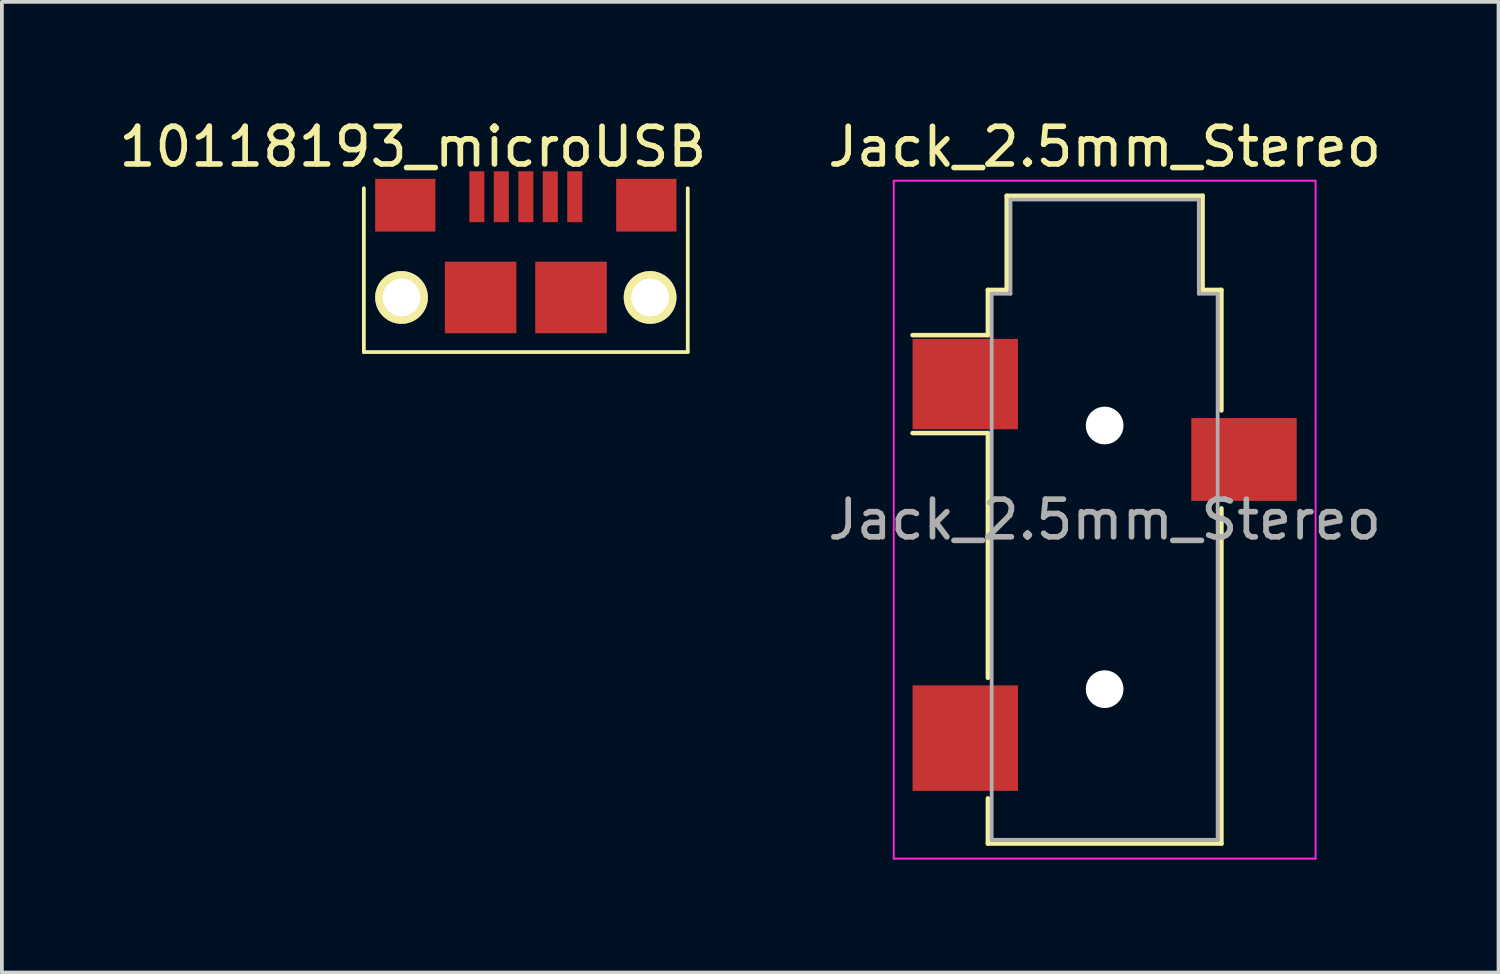
<source format=kicad_pcb>
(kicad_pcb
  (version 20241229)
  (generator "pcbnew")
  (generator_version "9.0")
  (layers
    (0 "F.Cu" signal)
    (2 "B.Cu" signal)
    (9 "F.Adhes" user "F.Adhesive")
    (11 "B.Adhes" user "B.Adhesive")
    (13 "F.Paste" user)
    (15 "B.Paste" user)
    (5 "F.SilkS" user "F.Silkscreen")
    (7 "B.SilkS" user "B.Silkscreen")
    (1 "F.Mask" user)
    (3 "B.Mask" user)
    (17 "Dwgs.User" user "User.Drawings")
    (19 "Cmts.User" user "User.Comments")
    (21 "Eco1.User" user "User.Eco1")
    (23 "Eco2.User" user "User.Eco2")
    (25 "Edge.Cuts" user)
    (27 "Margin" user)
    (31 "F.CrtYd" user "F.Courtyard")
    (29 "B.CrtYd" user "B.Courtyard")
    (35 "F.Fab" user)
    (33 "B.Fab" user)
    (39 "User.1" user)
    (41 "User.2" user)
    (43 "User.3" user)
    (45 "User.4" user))
  (footprint "10118193_microUSB"
    (layer "F.Cu")
    (at 10.911 4.848)
    (property "Reference" "10118193_microUSB" (at -3 -4 0) (layer "F.SilkS") (effects (font (size 1 1) (thickness 0.15))))
    (attr through_hole)
    (fp_line (start -4.3 -2.9) (end -4.3 1.45) (stroke (width 0.1) (type solid)) (layer "F.SilkS"))
    (fp_line (start -4.3 1.45) (end 4.3 1.45) (stroke (width 0.1) (type solid)) (layer "F.SilkS"))
    (fp_line (start 4.3 1.45) (end 4.3 -2.9) (stroke (width 0.1) (type solid)) (layer "F.SilkS"))
    (pad "1" smd rect (at -1.3 -2.675) (size 0.4 1.35) (layers "F.Cu" "F.Mask" "F.Paste"))
    (pad "2" smd rect (at -0.65 -2.675) (size 0.4 1.35) (layers "F.Cu" "F.Mask" "F.Paste"))
    (pad "3" smd rect (at 0 -2.675) (size 0.4 1.35) (layers "F.Cu" "F.Mask" "F.Paste"))
    (pad "4" smd rect (at 0.65 -2.675) (size 0.4 1.35) (layers "F.Cu" "F.Mask" "F.Paste"))
    (pad "5" smd rect (at 1.3 -2.675) (size 0.4 1.35) (layers "F.Cu" "F.Mask" "F.Paste"))
    (pad "6" smd rect (at -3.2 -2.45) (size 1.6 1.4) (layers "F.Cu" "F.Mask" "F.Paste"))
    (pad "6" smd rect (at -1.2 0) (size 1.9 1.9) (layers "F.Cu" "F.Mask" "F.Paste"))
    (pad "6" smd rect (at 1.2 0) (size 1.9 1.9) (layers "F.Cu" "F.Mask" "F.Paste"))
    (pad "6" smd rect (at 3.2 -2.45) (size 1.6 1.4) (layers "F.Cu" "F.Mask" "F.Paste"))
    (pad "10" thru_hole oval (at -3.3 0) (size 1.4 1.4) (drill 1) (layers "*.Cu" "*.Mask" "F.SilkS"))
    (pad "11" thru_hole oval (at 3.3 0) (size 1.4 1.4) (drill 1) (layers "*.Cu" "*.Mask" "F.SilkS")))
  (footprint "Jack_2.5mm_Stereo"
    (layer "F.Cu")
    (at 26.28 10.748)
    (property "Reference" "Jack_2.5mm_Stereo" (at 0 -9.9 0) (layer "F.SilkS") (effects (font (size 1 1) (thickness 0.15))))
    (attr smd)
    (fp_line (start -3.1 -6.1) (end -2.6 -6.1) (stroke (width 0.12) (type solid)) (layer "F.SilkS"))
    (fp_line (start -3.1 -4.9) (end -5.1 -4.9) (stroke (width 0.12) (type solid)) (layer "F.SilkS"))
    (fp_line (start -3.1 -4.9) (end -3.1 -6.1) (stroke (width 0.12) (type solid)) (layer "F.SilkS"))
    (fp_line (start -3.1 -2.3) (end -5.1 -2.3) (stroke (width 0.12) (type solid)) (layer "F.SilkS"))
    (fp_line (start -3.1 4.2) (end -3.1 -2.3) (stroke (width 0.12) (type solid)) (layer "F.SilkS"))
    (fp_line (start -3.1 8.6) (end -3.1 7.4) (stroke (width 0.12) (type solid)) (layer "F.SilkS"))
    (fp_line (start -2.6 -8.6) (end 2.6 -8.6) (stroke (width 0.12) (type solid)) (layer "F.SilkS"))
    (fp_line (start -2.6 -6.1) (end -2.6 -8.6) (stroke (width 0.12) (type solid)) (layer "F.SilkS"))
    (fp_line (start 2.6 -8.6) (end 2.6 -6.1) (stroke (width 0.12) (type solid)) (layer "F.SilkS"))
    (fp_line (start 2.6 -6.1) (end 3.1 -6.1) (stroke (width 0.12) (type solid)) (layer "F.SilkS"))
    (fp_line (start 3.1 -6.1) (end 3.1 -2.9) (stroke (width 0.12) (type solid)) (layer "F.SilkS"))
    (fp_line (start 3.1 -0.3) (end 3.1 8.6) (stroke (width 0.12) (type solid)) (layer "F.SilkS"))
    (fp_line (start 3.1 8.6) (end -3.1 8.6) (stroke (width 0.12) (type solid)) (layer "F.SilkS"))
    (fp_line (start -5.6 -9) (end 5.6 -9) (stroke (width 0.05) (type solid)) (layer "F.CrtYd"))
    (fp_line (start -5.6 9) (end -5.6 -9) (stroke (width 0.05) (type solid)) (layer "F.CrtYd"))
    (fp_line (start 5.6 -9) (end 5.6 9) (stroke (width 0.05) (type solid)) (layer "F.CrtYd"))
    (fp_line (start 5.6 9) (end -5.6 9) (stroke (width 0.05) (type solid)) (layer "F.CrtYd"))
    (fp_line (start -3 -6) (end -2.5 -6) (stroke (width 0.1) (type solid)) (layer "F.Fab"))
    (fp_line (start -3 8.5) (end -3 -6) (stroke (width 0.1) (type solid)) (layer "F.Fab"))
    (fp_line (start -2.5 -8.5) (end 2.5 -8.5) (stroke (width 0.1) (type solid)) (layer "F.Fab"))
    (fp_line (start -2.5 -6) (end -2.5 -8.5) (stroke (width 0.1) (type solid)) (layer "F.Fab"))
    (fp_line (start 2.5 -8.5) (end 2.5 -6) (stroke (width 0.1) (type solid)) (layer "F.Fab"))
    (fp_line (start 2.5 -6) (end 3 -6) (stroke (width 0.1) (type solid)) (layer "F.Fab"))
    (fp_line (start 3 -6) (end 3 8.5) (stroke (width 0.1) (type solid)) (layer "F.Fab"))
    (fp_line (start 3 8.5) (end -3 8.5) (stroke (width 0.1) (type solid)) (layer "F.Fab"))
    (fp_text user "${REFERENCE}" (at 0 0 0) (layer "F.Fab") (effects (font (size 1 1) (thickness 0.15))))
    (pad "" np_thru_hole circle (at 0 -2.5) (size 1 1) (drill 1) (layers "*.Cu" "*.Mask"))
    (pad "" np_thru_hole circle (at 0 4.5) (size 1 1) (drill 1) (layers "*.Cu" "*.Mask"))
    (pad "R" smd rect (at 3.7 -1.6) (size 2.8 2.2) (layers "F.Cu" "F.Mask" "F.Paste"))
    (pad "S" smd rect (at -3.7 -3.6) (size 2.8 2.4) (layers "F.Cu" "F.Mask" "F.Paste"))
    (pad "T" smd rect (at -3.7 5.8) (size 2.8 2.8) (layers "F.Cu" "F.Mask" "F.Paste")))
  (gr_rect
    (start -3 -3)
    (end 36.738 22.773)
    (stroke (width 0.1) (type default))
    (fill no)
    (layer "Edge.Cuts")))
</source>
